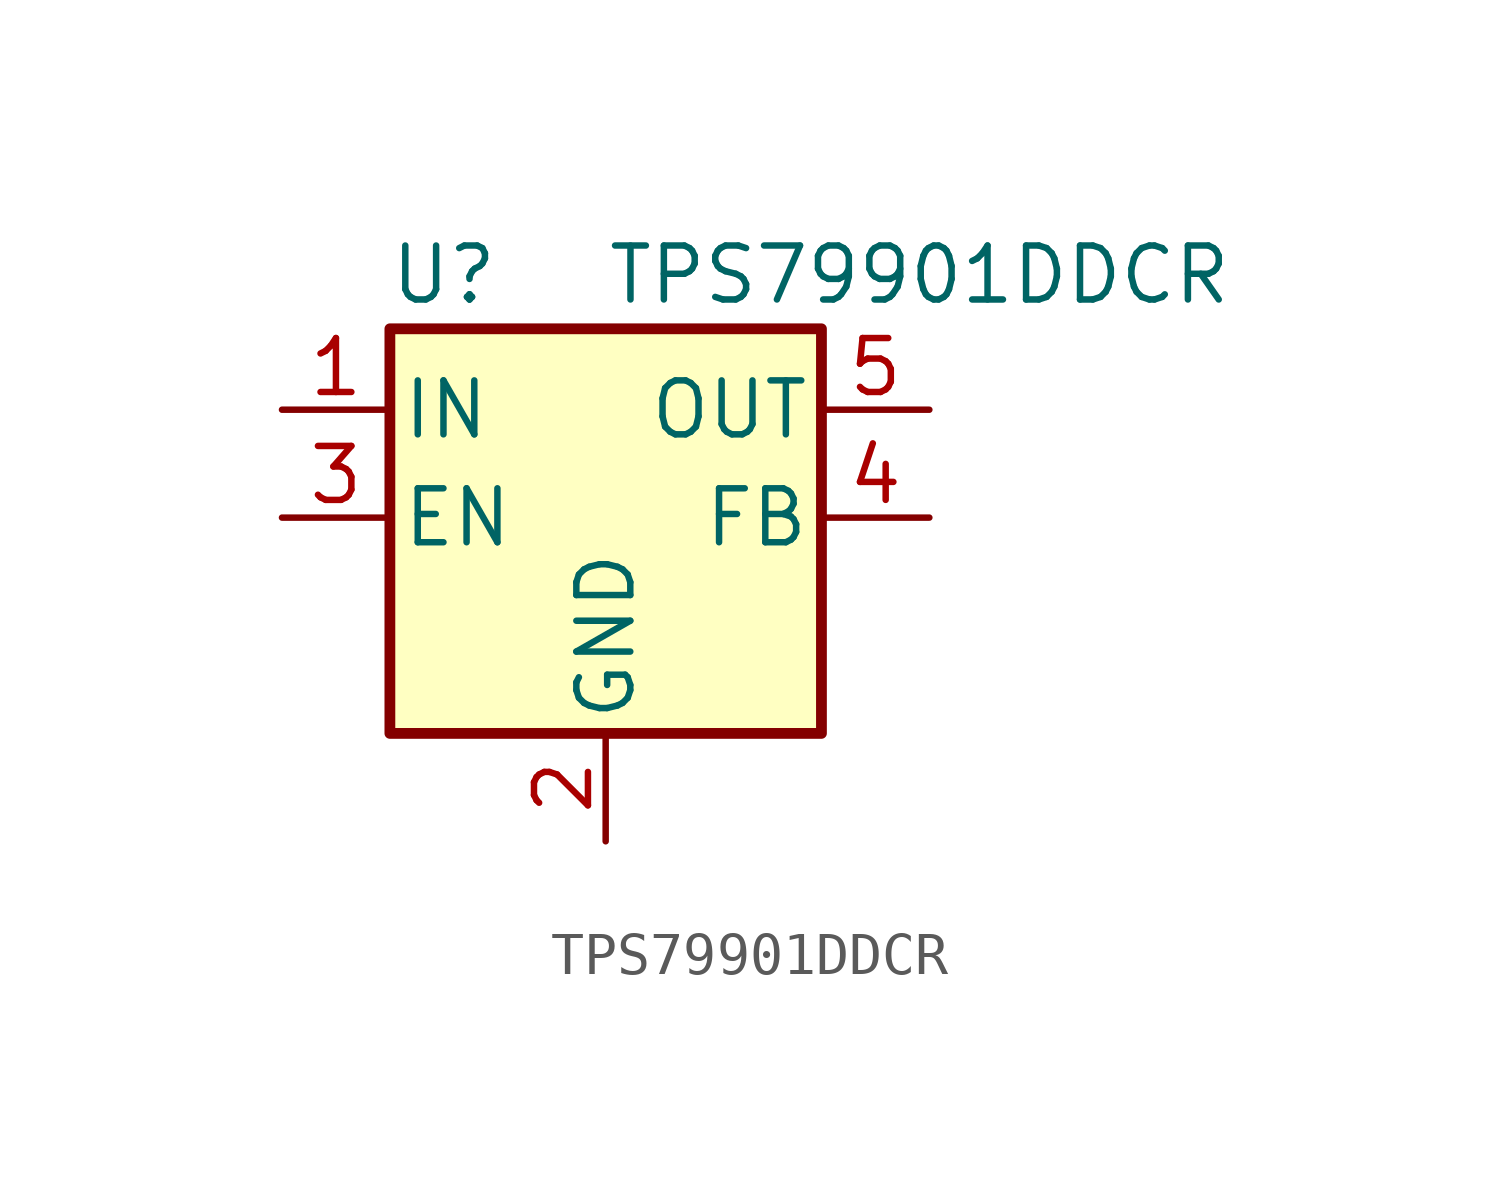
<source format=kicad_sym>
(kicad_symbol_lib
  (version 20211014)
  (generator kicad_symbol_editor)
  (symbol "TPS79901DDCR"
    (pin_names
      (offset 0.254))
    (property "Reference" "U"
      (at -3.81 5.715 0)
      (effects (font (size 1.27 1.27))))
    (property "Value" "TPS79901DDCR"
      (at 0 5.715 0)
      (effects (font (size 1.27 1.27)) (justify left)))
    (symbol "TPS79901DDCR_1_1"
      (rectangle (start 5.08 -5.08) (end -5.08 4.445) (stroke (width 0.254) (type default) (color 0 0 0 0)) (fill (type background)))
      (pin power_in line (at -7.62 2.54 0) (length 2.54) (name "IN" (effects (font (size 1.27 1.27)))) (number "1" (effects (font (size 1.27 1.27)))))
      (pin power_in line (at 0 -7.62 90) (length 2.54) (name "GND" (effects (font (size 1.27 1.27)))) (number "2" (effects (font (size 1.27 1.27)))))
      (pin input line (at -7.62 0 0) (length 2.54) (name "EN" (effects (font (size 1.27 1.27)))) (number "3" (effects (font (size 1.27 1.27)))))
      (pin input line (at 7.62 0 180) (length 2.54) (name "FB" (effects (font (size 1.27 1.27)))) (number "4" (effects (font (size 1.27 1.27)))))
      (pin power_out line (at 7.62 2.54 180) (length 2.54) (name "OUT" (effects (font (size 1.27 1.27)))) (number "5" (effects (font (size 1.27 1.27))))))))
</source>
